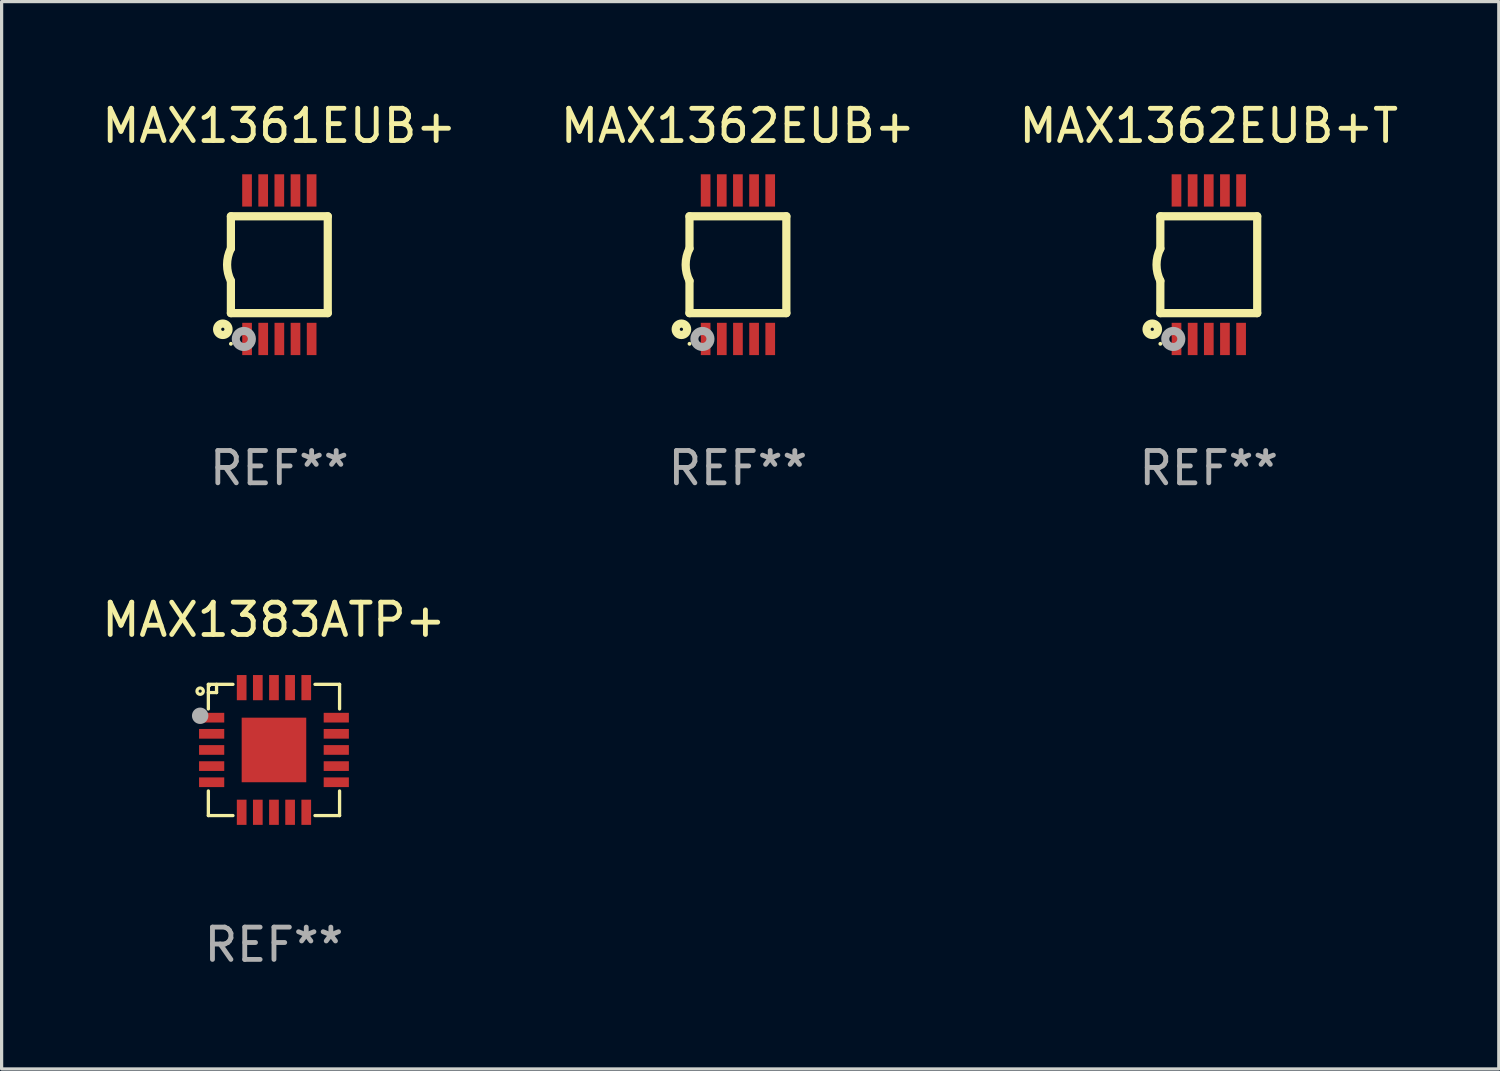
<source format=kicad_pcb>
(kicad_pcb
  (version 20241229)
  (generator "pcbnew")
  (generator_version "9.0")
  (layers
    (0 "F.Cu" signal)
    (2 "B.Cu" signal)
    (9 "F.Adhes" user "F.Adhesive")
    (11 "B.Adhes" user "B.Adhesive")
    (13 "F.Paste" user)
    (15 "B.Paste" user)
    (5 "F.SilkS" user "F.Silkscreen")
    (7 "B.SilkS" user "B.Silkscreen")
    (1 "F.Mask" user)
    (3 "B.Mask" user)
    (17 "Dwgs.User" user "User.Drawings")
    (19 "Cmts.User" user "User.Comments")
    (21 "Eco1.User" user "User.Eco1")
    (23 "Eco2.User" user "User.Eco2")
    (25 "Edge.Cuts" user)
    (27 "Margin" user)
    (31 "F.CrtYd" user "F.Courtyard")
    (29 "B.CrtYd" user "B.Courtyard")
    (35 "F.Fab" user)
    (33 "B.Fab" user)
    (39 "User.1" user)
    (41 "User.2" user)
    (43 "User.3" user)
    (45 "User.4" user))
  (footprint "MAX1362EUB+T"
    (layer "F.Cu")
    (at 34.387 5.148)
    (property "Reference" "MAX1362EUB+T" (at 0 -4.3 0) (layer "F.SilkS") (effects (font (size 1 1) (thickness 0.15))))
    (attr through_hole)
    (fp_line (start -1.5 -1.5) (end -1.5 -0.5) (stroke (width 0.254) (type solid)) (layer "F.SilkS"))
    (fp_line (start -1.5 1.5) (end -1.5 0.5) (stroke (width 0.254) (type solid)) (layer "F.SilkS"))
    (fp_line (start -1.5 1.5) (end 1.5 1.5) (stroke (width 0.254) (type solid)) (layer "F.SilkS"))
    (fp_line (start 1.5 1.5) (end 1.5 -1.5) (stroke (width 0.254) (type solid)) (layer "F.SilkS"))
    (fp_line (start 1.5 -1.5) (end -1.5 -1.5) (stroke (width 0.254) (type solid)) (layer "F.SilkS"))
    (fp_arc (start -1.500165 0.5) (mid -1.618199 0) (end -1.500165 -0.5) (stroke (width 0.254001) (type solid)) (layer "F.SilkS"))
    (fp_circle (center -1.75 2) (end -1.573 2) (stroke (width 0.254) (type solid)) (fill no) (layer "F.SilkS"))
    (fp_circle (center -1.499 2.45) (end -1.469 2.45) (stroke (width 0.06) (type solid)) (fill no) (layer "F.SilkS"))
    (fp_circle (center -1.099 2.3) (end -0.975 2.3) (stroke (width 0.25) (type solid)) (fill no) (layer "F.Fab"))
    (fp_text user "REF**" (at 0 6.3 0) (layer "F.Fab") (effects (font (size 1 1) (thickness 0.15))))
    (pad "1" smd rect (at -0.999 2.3 180) (size 0.3 1) (layers "F.Cu" "F.Mask" "F.Paste"))
    (pad "2" smd rect (at -0.499 2.3 180) (size 0.3 1) (layers "F.Cu" "F.Mask" "F.Paste"))
    (pad "3" smd rect (at 0.001 2.3 180) (size 0.3 1) (layers "F.Cu" "F.Mask" "F.Paste"))
    (pad "4" smd rect (at 0.501 2.3 180) (size 0.3 1) (layers "F.Cu" "F.Mask" "F.Paste"))
    (pad "5" smd rect (at 1.001 2.3 180) (size 0.3 1) (layers "F.Cu" "F.Mask" "F.Paste"))
    (pad "6" smd rect (at 1 -2.3 180) (size 0.3 1) (layers "F.Cu" "F.Mask" "F.Paste"))
    (pad "7" smd rect (at 0.5 -2.3 180) (size 0.3 1) (layers "F.Cu" "F.Mask" "F.Paste"))
    (pad "8" smd rect (at -0.000165 -2.3 180) (size 0.3 1) (layers "F.Cu" "F.Mask" "F.Paste"))
    (pad "9" smd rect (at -0.5 -2.3 180) (size 0.3 1) (layers "F.Cu" "F.Mask" "F.Paste"))
    (pad "10" smd rect (at -1 -2.3 180) (size 0.3 1) (layers "F.Cu" "F.Mask" "F.Paste")))
  (footprint "MAX1383ATP+"
    (layer "F.Cu")
    (at 5.435 20.177)
    (property "Reference" "MAX1383ATP+" (at 0 -4.032 0) (layer "F.SilkS") (effects (font (size 1 1) (thickness 0.15))))
    (attr through_hole)
    (fp_line (start -2.032 -2.032) (end -1.27 -2.032) (stroke (width 0.102) (type solid)) (layer "F.SilkS"))
    (fp_line (start -2.032 -1.27) (end -2.032 -2.032) (stroke (width 0.102) (type solid)) (layer "F.SilkS"))
    (fp_line (start -2.032 1.27) (end -2.032 2.032) (stroke (width 0.102) (type solid)) (layer "F.SilkS"))
    (fp_line (start -2.032 2.032) (end -1.27 2.032) (stroke (width 0.102) (type solid)) (layer "F.SilkS"))
    (fp_line (start -1.778 -2.032) (end -1.778 -1.778) (stroke (width 0.102) (type solid)) (layer "F.SilkS"))
    (fp_line (start -1.778 -1.778) (end -2.032 -1.778) (stroke (width 0.102) (type solid)) (layer "F.SilkS"))
    (fp_line (start 1.27 -2.032) (end 2.032 -2.032) (stroke (width 0.102) (type solid)) (layer "F.SilkS"))
    (fp_line (start 2.032 -2.032) (end 2.032 -1.27) (stroke (width 0.102) (type solid)) (layer "F.SilkS"))
    (fp_line (start 2.032 1.27) (end 2.032 2.032) (stroke (width 0.102) (type solid)) (layer "F.SilkS"))
    (fp_line (start 2.032 2.032) (end 1.27 2.032) (stroke (width 0.102) (type solid)) (layer "F.SilkS"))
    (fp_circle (center -2.286 -1.821) (end -2.187 -1.821) (stroke (width 0.1) (type solid)) (fill no) (layer "F.SilkS"))
    (fp_circle (center -2 -2) (end -1.97 -2) (stroke (width 0.06) (type solid)) (fill no) (layer "F.SilkS"))
    (fp_circle (center -2.286 -1.059) (end -2.159 -1.059) (stroke (width 0.254) (type solid)) (fill no) (layer "F.Fab"))
    (fp_text user "REF**" (at 0 6.032 0) (layer "F.Fab") (effects (font (size 1 1) (thickness 0.15))))
    (pad "1" smd rect (at -1.93 -1) (size 0.78 0.3) (layers "F.Cu" "F.Mask" "F.Paste"))
    (pad "2" smd rect (at -1.93 -0.5) (size 0.78 0.3) (layers "F.Cu" "F.Mask" "F.Paste"))
    (pad "3" smd rect (at -1.93 0.000279) (size 0.78 0.3) (layers "F.Cu" "F.Mask" "F.Paste"))
    (pad "4" smd rect (at -1.93 0.5) (size 0.78 0.3) (layers "F.Cu" "F.Mask" "F.Paste"))
    (pad "5" smd rect (at -1.93 1) (size 0.78 0.3) (layers "F.Cu" "F.Mask" "F.Paste"))
    (pad "6" smd rect (at -1 1.93) (size 0.3 0.78) (layers "F.Cu" "F.Mask" "F.Paste"))
    (pad "7" smd rect (at -0.5 1.93) (size 0.3 0.78) (layers "F.Cu" "F.Mask" "F.Paste"))
    (pad "8" smd rect (at -0.000076 1.93) (size 0.3 0.78) (layers "F.Cu" "F.Mask" "F.Paste"))
    (pad "9" smd rect (at 0.5 1.93) (size 0.3 0.78) (layers "F.Cu" "F.Mask" "F.Paste"))
    (pad "10" smd rect (at 1 1.93) (size 0.3 0.78) (layers "F.Cu" "F.Mask" "F.Paste"))
    (pad "11" smd rect (at 1.93 1) (size 0.78 0.3) (layers "F.Cu" "F.Mask" "F.Paste"))
    (pad "12" smd rect (at 1.93 0.5) (size 0.78 0.3) (layers "F.Cu" "F.Mask" "F.Paste"))
    (pad "13" smd rect (at 1.93 0.000025) (size 0.78 0.3) (layers "F.Cu" "F.Mask" "F.Paste"))
    (pad "14" smd rect (at 1.93 -0.5) (size 0.78 0.3) (layers "F.Cu" "F.Mask" "F.Paste"))
    (pad "15" smd rect (at 1.93 -1) (size 0.78 0.3) (layers "F.Cu" "F.Mask" "F.Paste"))
    (pad "16" smd rect (at 1 -1.93) (size 0.3 0.78) (layers "F.Cu" "F.Mask" "F.Paste"))
    (pad "17" smd rect (at 0.5 -1.93) (size 0.3 0.78) (layers "F.Cu" "F.Mask" "F.Paste"))
    (pad "18" smd rect (at -0.000076 -1.93) (size 0.3 0.78) (layers "F.Cu" "F.Mask" "F.Paste"))
    (pad "19" smd rect (at -0.5 -1.93) (size 0.3 0.78) (layers "F.Cu" "F.Mask" "F.Paste"))
    (pad "20" smd rect (at -1 -1.93) (size 0.3 0.78) (layers "F.Cu" "F.Mask" "F.Paste"))
    (pad "21" smd rect (at -0.000076 0.000025) (size 2 2) (layers "F.Cu" "F.Mask" "F.Paste")))
  (footprint "MAX1361EUB+"
    (layer "F.Cu")
    (at 5.601 5.148)
    (property "Reference" "MAX1361EUB+" (at 0 -4.3 0) (layer "F.SilkS") (effects (font (size 1 1) (thickness 0.15))))
    (attr through_hole)
    (fp_line (start -1.5 -1.5) (end -1.5 -0.5) (stroke (width 0.254) (type solid)) (layer "F.SilkS"))
    (fp_line (start -1.5 1.5) (end -1.5 0.5) (stroke (width 0.254) (type solid)) (layer "F.SilkS"))
    (fp_line (start -1.5 1.5) (end 1.5 1.5) (stroke (width 0.254) (type solid)) (layer "F.SilkS"))
    (fp_line (start 1.5 1.5) (end 1.5 -1.5) (stroke (width 0.254) (type solid)) (layer "F.SilkS"))
    (fp_line (start 1.5 -1.5) (end -1.5 -1.5) (stroke (width 0.254) (type solid)) (layer "F.SilkS"))
    (fp_arc (start -1.500165 0.5) (mid -1.618199 0) (end -1.500165 -0.5) (stroke (width 0.254001) (type solid)) (layer "F.SilkS"))
    (fp_circle (center -1.75 2) (end -1.573 2) (stroke (width 0.254) (type solid)) (fill no) (layer "F.SilkS"))
    (fp_circle (center -1.499 2.45) (end -1.469 2.45) (stroke (width 0.06) (type solid)) (fill no) (layer "F.SilkS"))
    (fp_circle (center -1.099 2.3) (end -0.975 2.3) (stroke (width 0.25) (type solid)) (fill no) (layer "F.Fab"))
    (fp_text user "REF**" (at 0 6.3 0) (layer "F.Fab") (effects (font (size 1 1) (thickness 0.15))))
    (pad "1" smd rect (at -0.999 2.3 180) (size 0.3 1) (layers "F.Cu" "F.Mask" "F.Paste"))
    (pad "2" smd rect (at -0.499 2.3 180) (size 0.3 1) (layers "F.Cu" "F.Mask" "F.Paste"))
    (pad "3" smd rect (at 0.001 2.3 180) (size 0.3 1) (layers "F.Cu" "F.Mask" "F.Paste"))
    (pad "4" smd rect (at 0.501 2.3 180) (size 0.3 1) (layers "F.Cu" "F.Mask" "F.Paste"))
    (pad "5" smd rect (at 1.001 2.3 180) (size 0.3 1) (layers "F.Cu" "F.Mask" "F.Paste"))
    (pad "6" smd rect (at 1 -2.3 180) (size 0.3 1) (layers "F.Cu" "F.Mask" "F.Paste"))
    (pad "7" smd rect (at 0.5 -2.3 180) (size 0.3 1) (layers "F.Cu" "F.Mask" "F.Paste"))
    (pad "8" smd rect (at -0.000165 -2.3 180) (size 0.3 1) (layers "F.Cu" "F.Mask" "F.Paste"))
    (pad "9" smd rect (at -0.5 -2.3 180) (size 0.3 1) (layers "F.Cu" "F.Mask" "F.Paste"))
    (pad "10" smd rect (at -1 -2.3 180) (size 0.3 1) (layers "F.Cu" "F.Mask" "F.Paste")))
  (footprint "MAX1362EUB+"
    (layer "F.Cu")
    (at 19.804 5.148)
    (property "Reference" "MAX1362EUB+" (at 0 -4.3 0) (layer "F.SilkS") (effects (font (size 1 1) (thickness 0.15))))
    (attr through_hole)
    (fp_line (start -1.5 -1.5) (end -1.5 -0.5) (stroke (width 0.254) (type solid)) (layer "F.SilkS"))
    (fp_line (start -1.5 1.5) (end -1.5 0.5) (stroke (width 0.254) (type solid)) (layer "F.SilkS"))
    (fp_line (start -1.5 1.5) (end 1.5 1.5) (stroke (width 0.254) (type solid)) (layer "F.SilkS"))
    (fp_line (start 1.5 1.5) (end 1.5 -1.5) (stroke (width 0.254) (type solid)) (layer "F.SilkS"))
    (fp_line (start 1.5 -1.5) (end -1.5 -1.5) (stroke (width 0.254) (type solid)) (layer "F.SilkS"))
    (fp_arc (start -1.500165 0.5) (mid -1.618199 0) (end -1.500165 -0.5) (stroke (width 0.254001) (type solid)) (layer "F.SilkS"))
    (fp_circle (center -1.75 2) (end -1.573 2) (stroke (width 0.254) (type solid)) (fill no) (layer "F.SilkS"))
    (fp_circle (center -1.499 2.45) (end -1.469 2.45) (stroke (width 0.06) (type solid)) (fill no) (layer "F.SilkS"))
    (fp_circle (center -1.099 2.3) (end -0.975 2.3) (stroke (width 0.25) (type solid)) (fill no) (layer "F.Fab"))
    (fp_text user "REF**" (at 0 6.3 0) (layer "F.Fab") (effects (font (size 1 1) (thickness 0.15))))
    (pad "1" smd rect (at -0.999 2.3 180) (size 0.3 1) (layers "F.Cu" "F.Mask" "F.Paste"))
    (pad "2" smd rect (at -0.499 2.3 180) (size 0.3 1) (layers "F.Cu" "F.Mask" "F.Paste"))
    (pad "3" smd rect (at 0.001 2.3 180) (size 0.3 1) (layers "F.Cu" "F.Mask" "F.Paste"))
    (pad "4" smd rect (at 0.501 2.3 180) (size 0.3 1) (layers "F.Cu" "F.Mask" "F.Paste"))
    (pad "5" smd rect (at 1.001 2.3 180) (size 0.3 1) (layers "F.Cu" "F.Mask" "F.Paste"))
    (pad "6" smd rect (at 1 -2.3 180) (size 0.3 1) (layers "F.Cu" "F.Mask" "F.Paste"))
    (pad "7" smd rect (at 0.5 -2.3 180) (size 0.3 1) (layers "F.Cu" "F.Mask" "F.Paste"))
    (pad "8" smd rect (at -0.000165 -2.3 180) (size 0.3 1) (layers "F.Cu" "F.Mask" "F.Paste"))
    (pad "9" smd rect (at -0.5 -2.3 180) (size 0.3 1) (layers "F.Cu" "F.Mask" "F.Paste"))
    (pad "10" smd rect (at -1 -2.3 180) (size 0.3 1) (layers "F.Cu" "F.Mask" "F.Paste")))
  (gr_rect
    (start -3 -3)
    (end 43.369 30.057)
    (stroke (width 0.1) (type default))
    (fill no)
    (layer "Edge.Cuts")))
</source>
